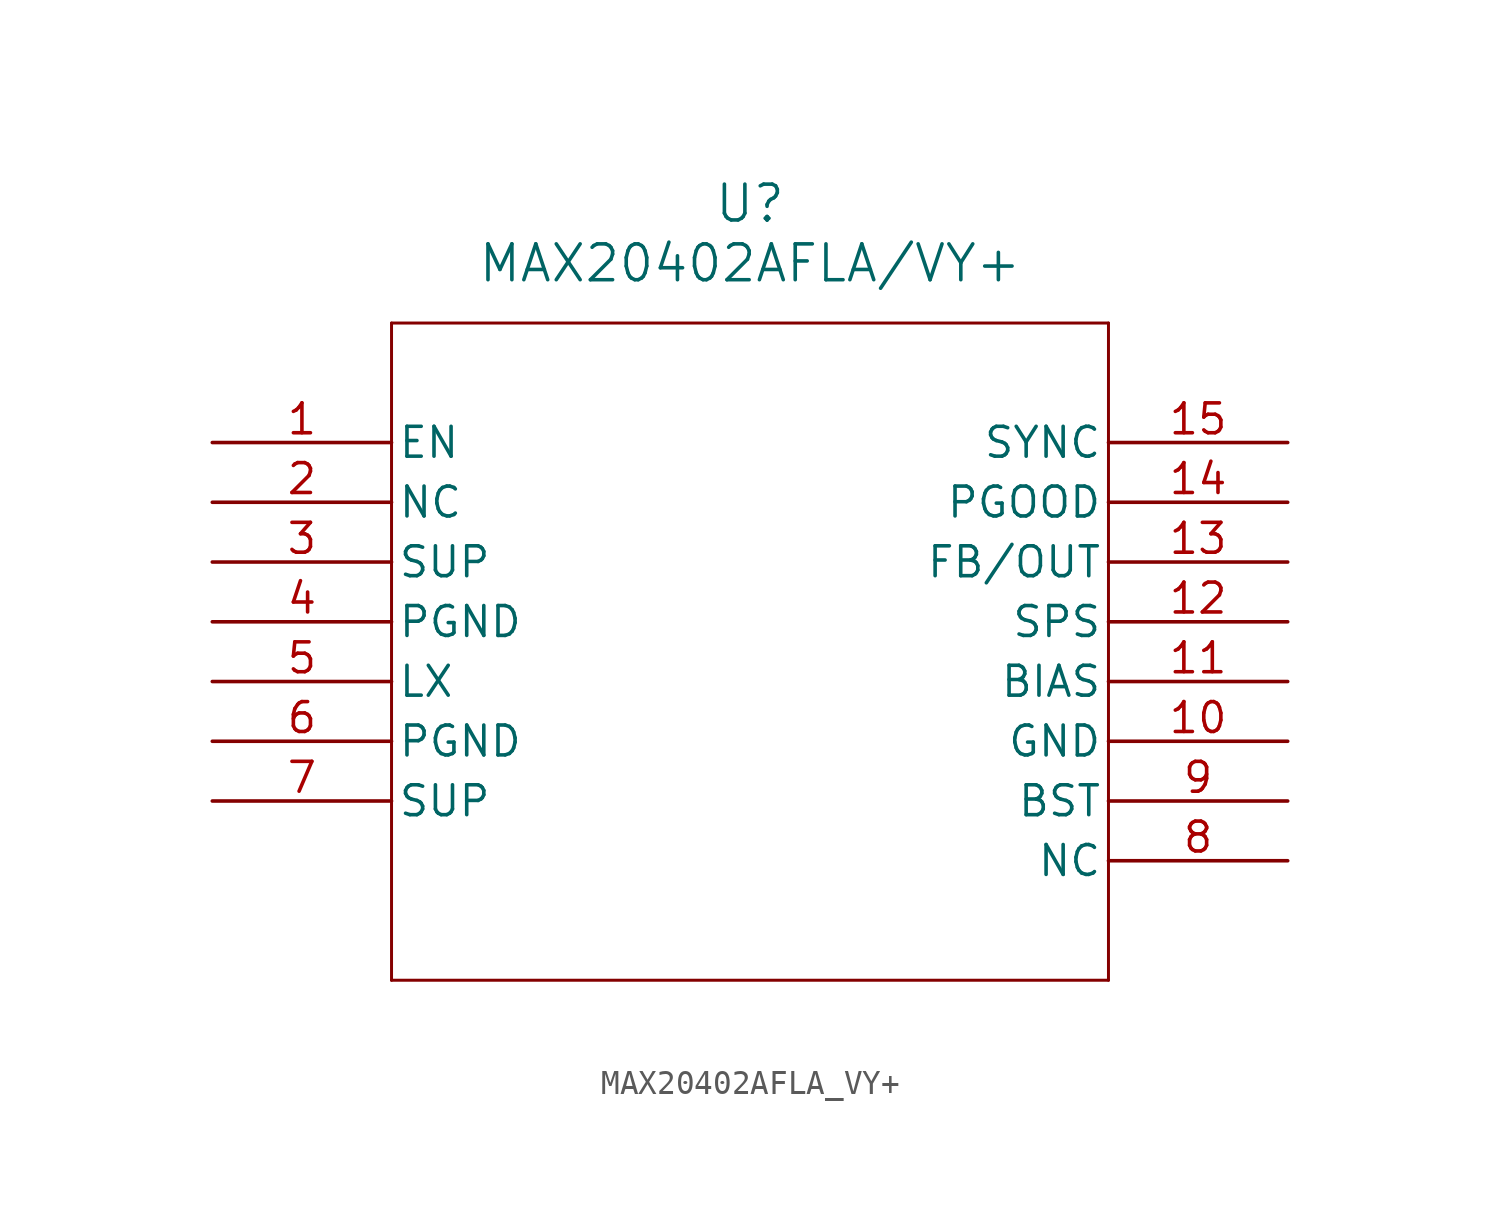
<source format=kicad_sym>
(kicad_symbol_lib
  (version 20211014)
  (generator kicad_symbol_editor)
  (symbol "MAX20402AFLA_VY+"
    (pin_names
      (offset 0.254))
    (property "Reference" "U"
      (at 22.86 10.16 0)
      (effects (font (size 1.524 1.524))))
    (property "Value" "MAX20402AFLA/VY+"
      (at 22.86 7.62 0)
      (effects (font (size 1.524 1.524))))
    (symbol "MAX20402AFLA_VY+_0_1"
      (polyline (pts (xy 7.62 5.08) (xy 7.62 -22.86)) (stroke (width 0.127) (type default) (color 0 0 0 0)) (fill (type none)))
      (polyline (pts (xy 7.62 -22.86) (xy 38.1 -22.86)) (stroke (width 0.127) (type default) (color 0 0 0 0)) (fill (type none)))
      (polyline (pts (xy 38.1 -22.86) (xy 38.1 5.08)) (stroke (width 0.127) (type default) (color 0 0 0 0)) (fill (type none)))
      (polyline (pts (xy 38.1 5.08) (xy 7.62 5.08)) (stroke (width 0.127) (type default) (color 0 0 0 0)) (fill (type none)))
      (pin input line (at 0 0 0) (length 7.62) (name "EN" (effects (font (size 1.27 1.27)))) (number "1" (effects (font (size 1.27 1.27)))))
      (pin unspecified line (at 0 -2.54 0) (length 7.62) (name "NC" (effects (font (size 1.27 1.27)))) (number "2" (effects (font (size 1.27 1.27)))))
      (pin input line (at 0 -5.08 0) (length 7.62) (name "SUP" (effects (font (size 1.27 1.27)))) (number "3" (effects (font (size 1.27 1.27)))))
      (pin power_in line (at 0 -7.62 0) (length 7.62) (name "PGND" (effects (font (size 1.27 1.27)))) (number "4" (effects (font (size 1.27 1.27)))))
      (pin unspecified line (at 0 -10.16 0) (length 7.62) (name "LX" (effects (font (size 1.27 1.27)))) (number "5" (effects (font (size 1.27 1.27)))))
      (pin power_in line (at 0 -12.7 0) (length 7.62) (name "PGND" (effects (font (size 1.27 1.27)))) (number "6" (effects (font (size 1.27 1.27)))))
      (pin input line (at 0 -15.24 0) (length 7.62) (name "SUP" (effects (font (size 1.27 1.27)))) (number "7" (effects (font (size 1.27 1.27)))))
      (pin unspecified line (at 45.72 -17.78 180) (length 7.62) (name "NC" (effects (font (size 1.27 1.27)))) (number "8" (effects (font (size 1.27 1.27)))))
      (pin unspecified line (at 45.72 -15.24 180) (length 7.62) (name "BST" (effects (font (size 1.27 1.27)))) (number "9" (effects (font (size 1.27 1.27)))))
      (pin power_in line (at 45.72 -12.7 180) (length 7.62) (name "GND" (effects (font (size 1.27 1.27)))) (number "10" (effects (font (size 1.27 1.27)))))
      (pin unspecified line (at 45.72 -10.16 180) (length 7.62) (name "BIAS" (effects (font (size 1.27 1.27)))) (number "11" (effects (font (size 1.27 1.27)))))
      (pin unspecified line (at 45.72 -7.62 180) (length 7.62) (name "SPS" (effects (font (size 1.27 1.27)))) (number "12" (effects (font (size 1.27 1.27)))))
      (pin input line (at 45.72 -5.08 180) (length 7.62) (name "FB/OUT" (effects (font (size 1.27 1.27)))) (number "13" (effects (font (size 1.27 1.27)))))
      (pin output line (at 45.72 -2.54 180) (length 7.62) (name "PGOOD" (effects (font (size 1.27 1.27)))) (number "14" (effects (font (size 1.27 1.27)))))
      (pin input line (at 45.72 0 180) (length 7.62) (name "SYNC" (effects (font (size 1.27 1.27)))) (number "15" (effects (font (size 1.27 1.27))))))))
</source>
